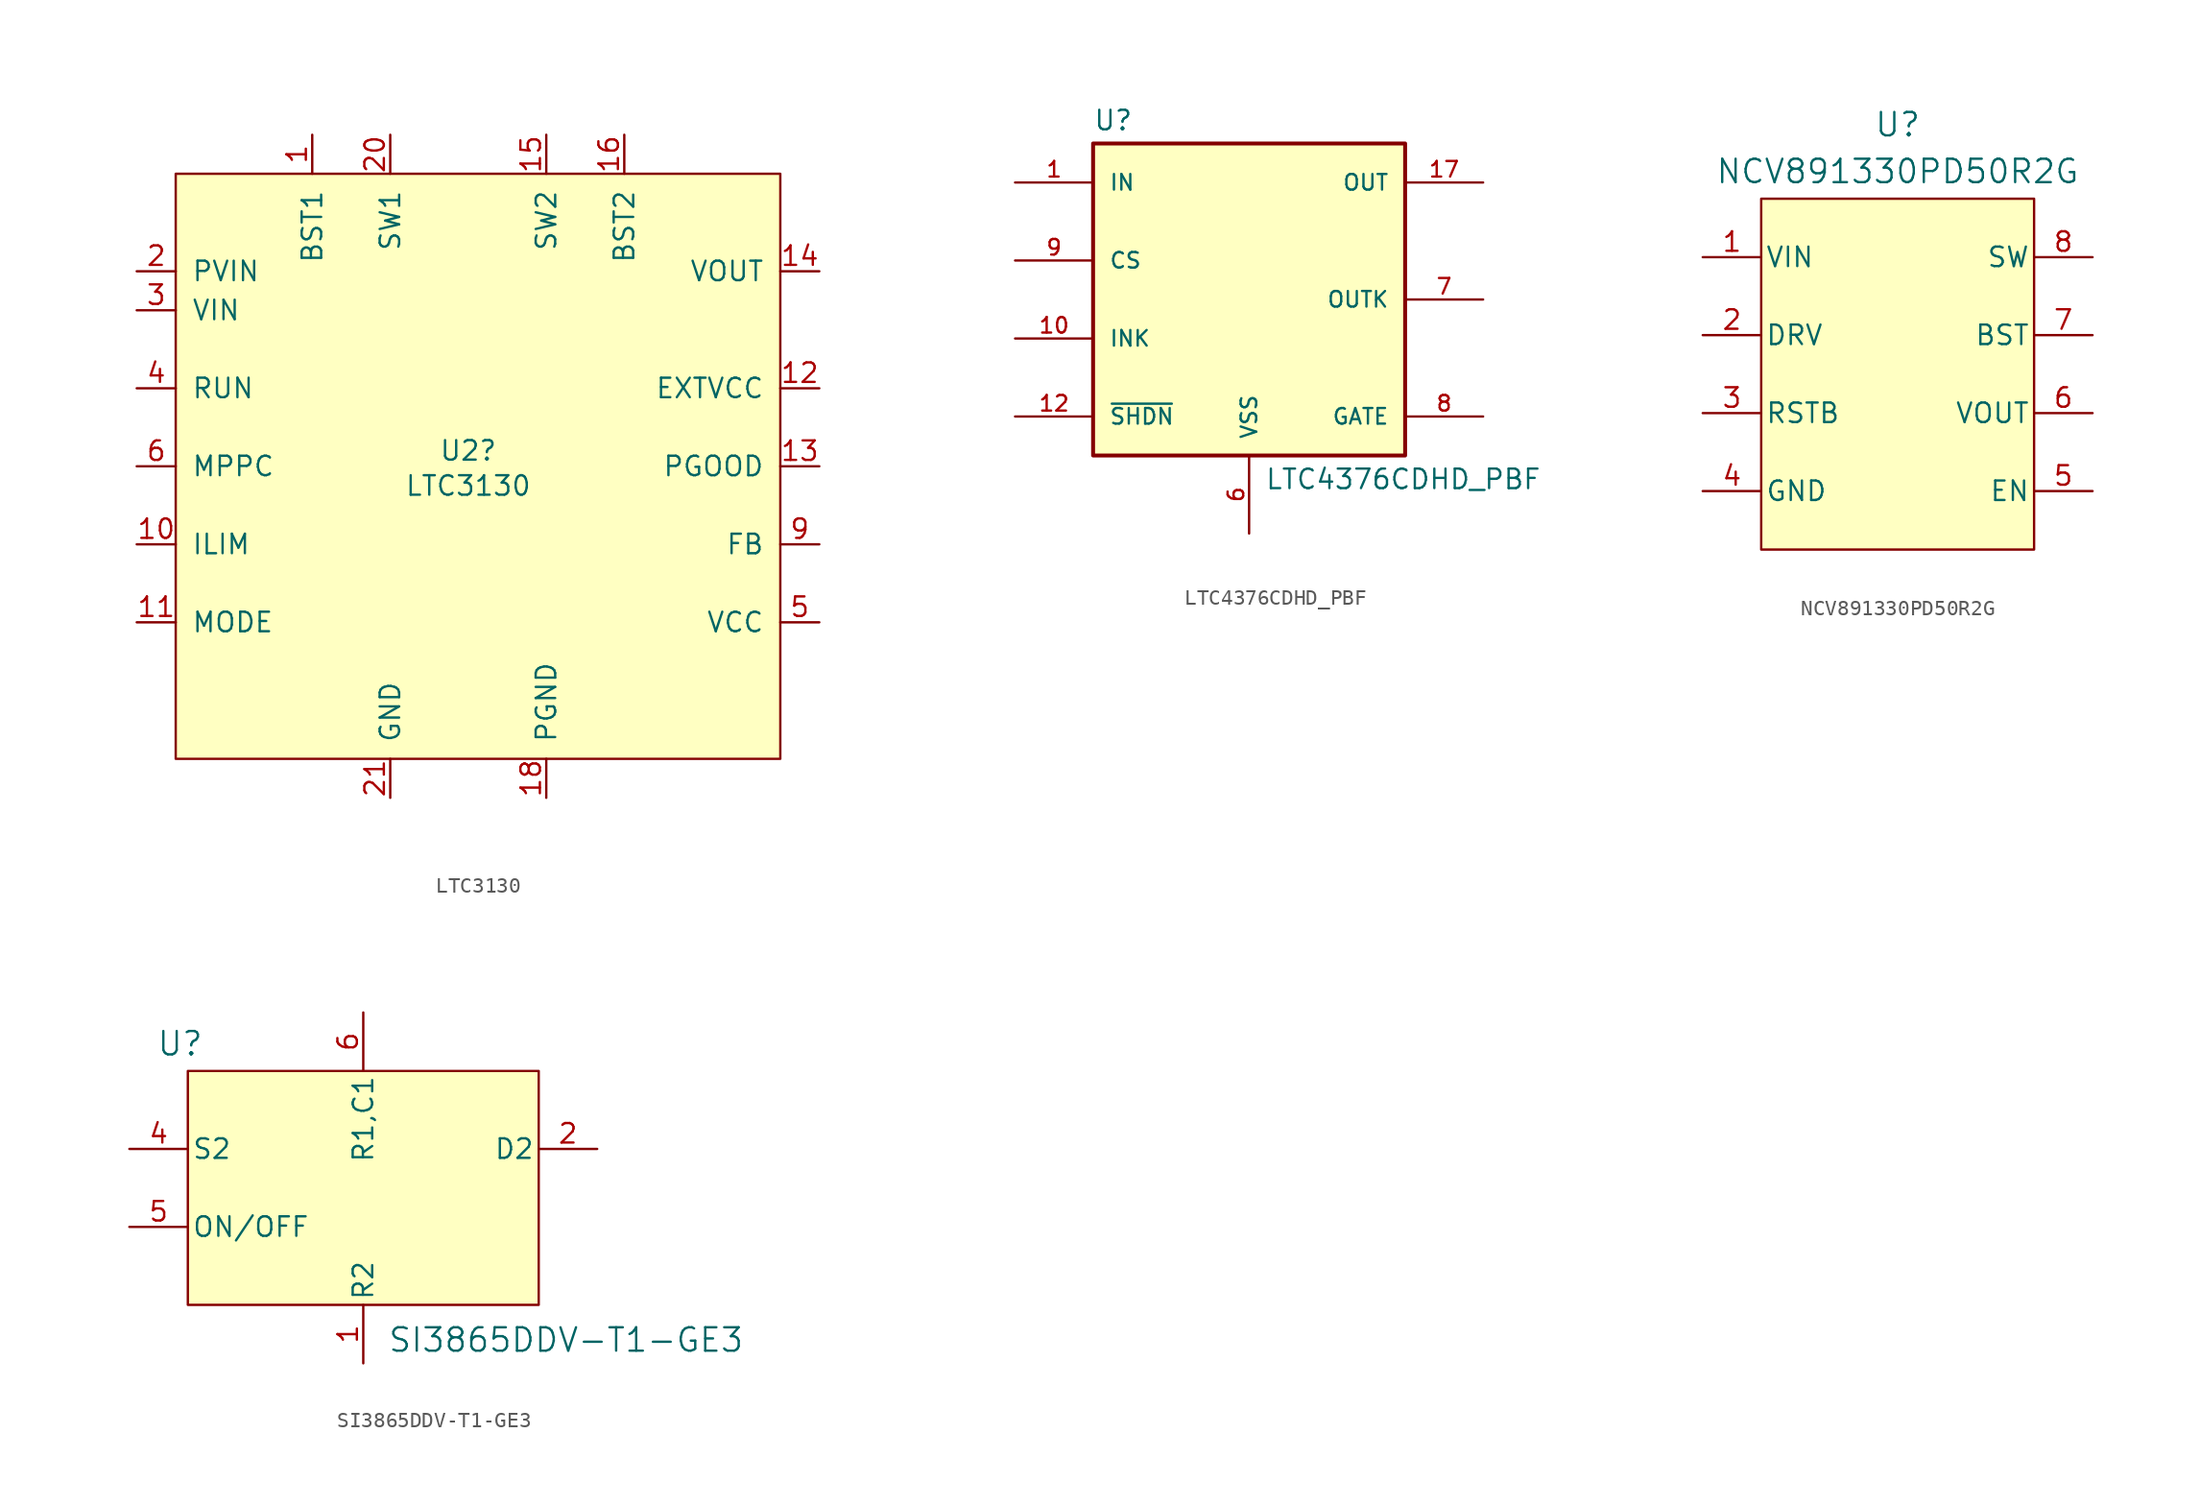
<source format=kicad_sym>
(kicad_symbol_lib
  (version 20231120)
  (generator "kicad_symbol_editor")
  (generator_version "8.0")
  (symbol "LTC3130"
    (pin_names
      (offset 1.016))
    (property "Reference" "U2"
      (at 0 1.016 0)
      (effects (font (size 1.27 1.27))))
    (property "Value" "LTC3130"
      (at 0 -1.27 0)
      (effects (font (size 1.27 1.27))))
    (symbol "LTC3130_1_1"
      (rectangle (start -19.05 19.05) (end 20.32 -19.05) (stroke (width 0) (type solid)) (fill (type background)))
      (pin power_out line (at -10.16 21.59 270) (length 2.54) (name "BST1" (effects (font (size 1.27 1.27)))) (number "1" (effects (font (size 1.27 1.27)))))
      (pin input line (at -21.59 -5.08 0) (length 2.54) (name "ILIM" (effects (font (size 1.27 1.27)))) (number "10" (effects (font (size 1.27 1.27)))))
      (pin input line (at -21.59 -10.16 0) (length 2.54) (name "MODE" (effects (font (size 1.27 1.27)))) (number "11" (effects (font (size 1.27 1.27)))))
      (pin power_out line (at 22.86 5.08 180) (length 2.54) (name "EXTVCC" (effects (font (size 1.27 1.27)))) (number "12" (effects (font (size 1.27 1.27)))))
      (pin output line (at 22.86 0 180) (length 2.54) (name "PGOOD" (effects (font (size 1.27 1.27)))) (number "13" (effects (font (size 1.27 1.27)))))
      (pin power_out line (at 22.86 12.7 180) (length 2.54) (name "VOUT" (effects (font (size 1.27 1.27)))) (number "14" (effects (font (size 1.27 1.27)))))
      (pin power_out line (at 5.08 21.59 270) (length 2.54) (name "SW2" (effects (font (size 1.27 1.27)))) (number "15" (effects (font (size 1.27 1.27)))))
      (pin power_out line (at 10.16 21.59 270) (length 2.54) (name "BST2" (effects (font (size 1.27 1.27)))) (number "16" (effects (font (size 1.27 1.27)))))
      (pin power_in line (at -5.08 -21.59 90) (length 2.54) hide (name "GND" (effects (font (size 1.27 1.27)))) (number "17" (effects (font (size 1.27 1.27)))))
      (pin power_in line (at 5.08 -21.59 90) (length 2.54) (name "PGND" (effects (font (size 1.27 1.27)))) (number "18" (effects (font (size 1.27 1.27)))))
      (pin power_in line (at 5.08 -21.59 90) (length 2.54) hide (name "PGND" (effects (font (size 1.27 1.27)))) (number "19" (effects (font (size 1.27 1.27)))))
      (pin input line (at -21.59 12.7 0) (length 2.54) (name "PVIN" (effects (font (size 1.27 1.27)))) (number "2" (effects (font (size 1.27 1.27)))))
      (pin power_out line (at -5.08 21.59 270) (length 2.54) (name "SW1" (effects (font (size 1.27 1.27)))) (number "20" (effects (font (size 1.27 1.27)))))
      (pin power_in line (at -5.08 -21.59 90) (length 2.54) (name "GND" (effects (font (size 1.27 1.27)))) (number "21" (effects (font (size 1.27 1.27)))))
      (pin input line (at -21.59 10.16 0) (length 2.54) (name "VIN" (effects (font (size 1.27 1.27)))) (number "3" (effects (font (size 1.27 1.27)))))
      (pin input line (at -21.59 5.08 0) (length 2.54) (name "RUN" (effects (font (size 1.27 1.27)))) (number "4" (effects (font (size 1.27 1.27)))))
      (pin power_out line (at 22.86 -10.16 180) (length 2.54) (name "VCC" (effects (font (size 1.27 1.27)))) (number "5" (effects (font (size 1.27 1.27)))))
      (pin input line (at -21.59 0 0) (length 2.54) (name "MPPC" (effects (font (size 1.27 1.27)))) (number "6" (effects (font (size 1.27 1.27)))))
      (pin power_in line (at -5.08 -21.59 90) (length 2.54) hide (name "GND" (effects (font (size 1.27 1.27)))) (number "7" (effects (font (size 1.27 1.27)))))
      (pin power_in line (at -5.08 -21.59 90) (length 2.54) hide (name "GND" (effects (font (size 1.27 1.27)))) (number "8" (effects (font (size 1.27 1.27)))))
      (pin input line (at 22.86 -5.08 180) (length 2.54) (name "FB" (effects (font (size 1.27 1.27)))) (number "9" (effects (font (size 1.27 1.27)))))))
  (symbol "LTC4376CDHD_PBF"
    (pin_names
      (offset 1.016))
    (property "Reference" "U"
      (at -10.16 10.922 0)
      (effects (font (size 1.27 1.27)) (justify left bottom)))
    (property "Value" "LTC4376CDHD_PBF"
      (at 1.016 -12.446 0)
      (effects (font (size 1.27 1.27)) (justify left bottom)))
    (symbol "LTC4376CDHD_PBF_0_0"
      (rectangle (start -10.16 10.16) (end 10.16 -10.16) (stroke (width 0.254) (type default)) (fill (type background)))
      (pin input line (at -15.24 7.62 0) (length 5.08) (name "IN" (effects (font (size 1.016 1.016)))) (number "1" (effects (font (size 1.016 1.016)))))
      (pin input line (at -15.24 -2.54 0) (length 5.08) (name "INK" (effects (font (size 1.016 1.016)))) (number "10" (effects (font (size 1.016 1.016)))))
      (pin input line (at -15.24 -7.62 0) (length 5.08) (name "~{SHDN}" (effects (font (size 1.016 1.016)))) (number "12" (effects (font (size 1.016 1.016)))))
      (pin output line (at 15.24 7.62 180) (length 5.08) (name "OUT" (effects (font (size 1.016 1.016)))) (number "17" (effects (font (size 1.016 1.016)))))
      (pin power_in line (at 0 -15.24 90) (length 5.08) (name "VSS" (effects (font (size 1.016 1.016)))) (number "6" (effects (font (size 1.016 1.016)))))
      (pin output line (at 15.24 0 180) (length 5.08) (name "OUTK" (effects (font (size 1.016 1.016)))) (number "7" (effects (font (size 1.016 1.016)))))
      (pin input line (at 15.24 -7.62 180) (length 5.08) (name "GATE" (effects (font (size 1.016 1.016)))) (number "8" (effects (font (size 1.016 1.016))))))
    (symbol "LTC4376CDHD_PBF_1_0"
      (pin input line (at -15.24 7.62 0) (length 5.08) hide (name "IN__4" (effects (font (size 1.016 1.016)))) (number "13" (effects (font (size 1.016 1.016)))))
      (pin input line (at -15.24 7.62 0) (length 5.08) hide (name "IN__5" (effects (font (size 1.016 1.016)))) (number "14" (effects (font (size 1.016 1.016)))))
      (pin input line (at -15.24 7.62 0) (length 5.08) hide (name "IN__6" (effects (font (size 1.016 1.016)))) (number "15" (effects (font (size 1.016 1.016)))))
      (pin input line (at -15.24 7.62 0) (length 5.08) hide (name "IN__7" (effects (font (size 1.016 1.016)))) (number "16" (effects (font (size 1.016 1.016)))))
      (pin input line (at -15.24 7.62 0) (length 5.08) hide (name "IN__1" (effects (font (size 1.016 1.016)))) (number "2" (effects (font (size 1.016 1.016)))))
      (pin input line (at -15.24 7.62 0) (length 5.08) hide (name "IN__2" (effects (font (size 1.016 1.016)))) (number "3" (effects (font (size 1.016 1.016)))))
      (pin input line (at -15.24 7.62 0) (length 5.08) hide (name "IN__3" (effects (font (size 1.016 1.016)))) (number "4" (effects (font (size 1.016 1.016)))))
      (pin input line (at -15.24 2.54 0) (length 5.08) (name "CS" (effects (font (size 1.016 1.016)))) (number "9" (effects (font (size 1.016 1.016)))))))
  (symbol "NCV891330PD50R2G"
    (pin_names
      (offset 0.254))
    (property "Reference" "U"
      (at 0 16.256 0)
      (effects (font (size 1.524 1.524))))
    (property "Value" "NCV891330PD50R2G"
      (at 0 13.208 0)
      (effects (font (size 1.524 1.524))))
    (symbol "NCV891330PD50R2G_1_1"
      (rectangle (start -8.89 11.43) (end 8.89 -11.43) (stroke (width 0) (type default)) (fill (type background)))
      (pin input line (at -12.7 7.62 0) (length 3.81) (name "VIN" (effects (font (size 1.27 1.27)))) (number "1" (effects (font (size 1.27 1.27)))))
      (pin output line (at -12.7 2.54 0) (length 3.81) (name "DRV" (effects (font (size 1.27 1.27)))) (number "2" (effects (font (size 1.27 1.27)))))
      (pin output line (at -12.7 -2.54 0) (length 3.81) (name "RSTB" (effects (font (size 1.27 1.27)))) (number "3" (effects (font (size 1.27 1.27)))))
      (pin power_in line (at -12.7 -7.62 0) (length 3.81) (name "GND" (effects (font (size 1.27 1.27)))) (number "4" (effects (font (size 1.27 1.27)))))
      (pin input line (at 12.7 -7.62 180) (length 3.81) (name "EN" (effects (font (size 1.27 1.27)))) (number "5" (effects (font (size 1.27 1.27)))))
      (pin output line (at 12.7 -2.54 180) (length 3.81) (name "VOUT" (effects (font (size 1.27 1.27)))) (number "6" (effects (font (size 1.27 1.27)))))
      (pin input line (at 12.7 2.54 180) (length 3.81) (name "BST" (effects (font (size 1.27 1.27)))) (number "7" (effects (font (size 1.27 1.27)))))
      (pin output line (at 12.7 7.62 180) (length 3.81) (name "SW" (effects (font (size 1.27 1.27)))) (number "8" (effects (font (size 1.27 1.27)))))
      (pin power_in line (at -12.7 -7.62 0) (length 3.81) hide (name "GND" (effects (font (size 1.27 1.27)))) (number "9" (effects (font (size 1.27 1.27)))))))
  (symbol "SI3865DDV-T1-GE3"
    (pin_names
      (offset 0.254))
    (property "Reference" "U"
      (at -11.938 9.398 0)
      (effects (font (size 1.524 1.524))))
    (property "Value" "SI3865DDV-T1-GE3"
      (at 13.208 -9.906 0)
      (effects (font (size 1.524 1.524))))
    (symbol "SI3865DDV-T1-GE3_1_1"
      (rectangle (start -11.43 7.62) (end 11.43 -7.62) (stroke (width 0) (type default)) (fill (type background)))
      (pin unspecified line (at 0 -11.43 90) (length 3.81) (name "R2" (effects (font (size 1.27 1.27)))) (number "1" (effects (font (size 1.27 1.27)))))
      (pin unspecified line (at 15.24 2.54 180) (length 3.81) (name "D2" (effects (font (size 1.27 1.27)))) (number "2" (effects (font (size 1.27 1.27)))))
      (pin unspecified line (at 15.24 2.54 180) (length 3.81) hide (name "D2" (effects (font (size 1.27 1.27)))) (number "3" (effects (font (size 1.27 1.27)))))
      (pin unspecified line (at -15.24 2.54 0) (length 3.81) (name "S2" (effects (font (size 1.27 1.27)))) (number "4" (effects (font (size 1.27 1.27)))))
      (pin unspecified line (at -15.24 -2.54 0) (length 3.81) (name "ON/OFF" (effects (font (size 1.27 1.27)))) (number "5" (effects (font (size 1.27 1.27)))))
      (pin unspecified line (at 0 11.43 270) (length 3.81) (name "R1,C1" (effects (font (size 1.27 1.27)))) (number "6" (effects (font (size 1.27 1.27))))))))
</source>
